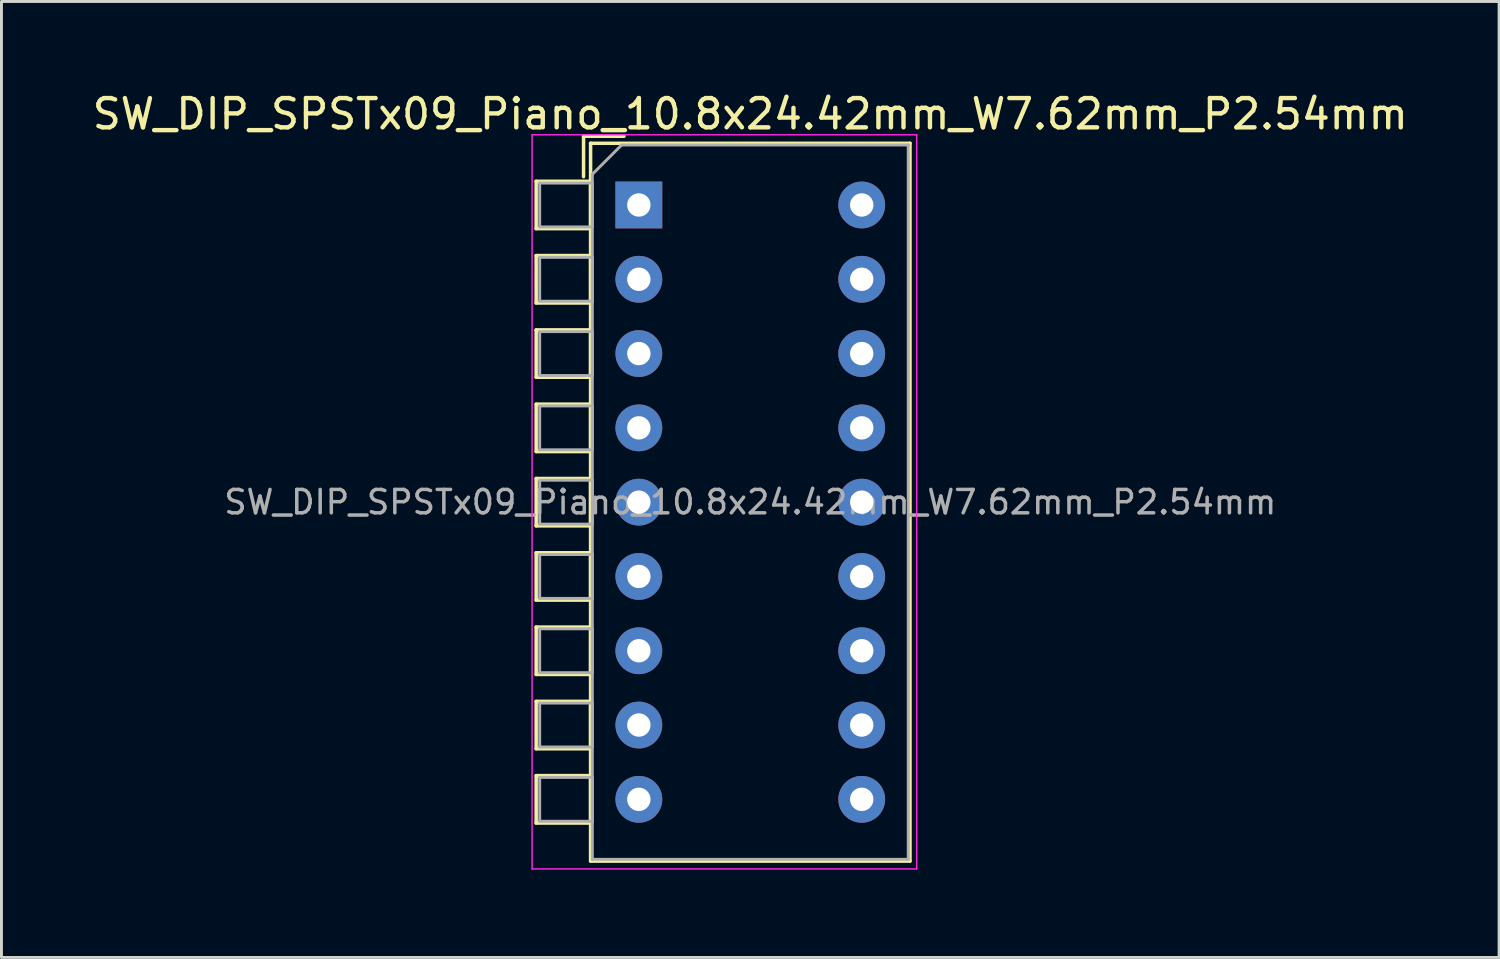
<source format=kicad_pcb>
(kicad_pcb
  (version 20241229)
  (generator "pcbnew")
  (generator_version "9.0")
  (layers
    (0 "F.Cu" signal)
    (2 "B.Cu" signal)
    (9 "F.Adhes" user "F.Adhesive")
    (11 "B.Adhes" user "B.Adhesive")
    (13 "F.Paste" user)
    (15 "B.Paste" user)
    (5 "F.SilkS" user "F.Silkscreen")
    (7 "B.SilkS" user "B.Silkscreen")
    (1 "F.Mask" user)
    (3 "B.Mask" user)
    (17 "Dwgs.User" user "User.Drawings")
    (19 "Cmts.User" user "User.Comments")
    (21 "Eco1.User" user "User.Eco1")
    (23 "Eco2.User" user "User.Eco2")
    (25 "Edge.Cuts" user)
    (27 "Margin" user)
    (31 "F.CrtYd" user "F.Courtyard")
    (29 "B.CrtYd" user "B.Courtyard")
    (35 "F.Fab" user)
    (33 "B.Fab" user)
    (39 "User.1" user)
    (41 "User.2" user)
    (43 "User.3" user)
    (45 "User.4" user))
  (footprint "SW_DIP_SPSTx09_Piano_10.8x24.42mm_W7.62mm_P2.54mm"
    (layer "F.Cu")
    (at 18.791 3.958)
    (property "Reference" "SW_DIP_SPSTx09_Piano_10.8x24.42mm_W7.62mm_P2.54mm" (at 3.81 -3.11 0) (layer "F.SilkS") (effects (font (size 1 1) (thickness 0.15))))
    (attr through_hole)
    (fp_line (start -3.51 -0.81) (end -3.51 0.81) (stroke (width 0.12) (type solid)) (layer "F.SilkS"))
    (fp_line (start -3.51 -0.81) (end -1.65 -0.81) (stroke (width 0.12) (type solid)) (layer "F.SilkS"))
    (fp_line (start -3.51 0.81) (end -1.65 0.81) (stroke (width 0.12) (type solid)) (layer "F.SilkS"))
    (fp_line (start -3.51 1.73) (end -3.51 3.35) (stroke (width 0.12) (type solid)) (layer "F.SilkS"))
    (fp_line (start -3.51 1.73) (end -1.65 1.73) (stroke (width 0.12) (type solid)) (layer "F.SilkS"))
    (fp_line (start -3.51 3.35) (end -1.65 3.35) (stroke (width 0.12) (type solid)) (layer "F.SilkS"))
    (fp_line (start -3.51 4.27) (end -3.51 5.89) (stroke (width 0.12) (type solid)) (layer "F.SilkS"))
    (fp_line (start -3.51 4.27) (end -1.65 4.27) (stroke (width 0.12) (type solid)) (layer "F.SilkS"))
    (fp_line (start -3.51 5.89) (end -1.65 5.89) (stroke (width 0.12) (type solid)) (layer "F.SilkS"))
    (fp_line (start -3.51 6.81) (end -3.51 8.43) (stroke (width 0.12) (type solid)) (layer "F.SilkS"))
    (fp_line (start -3.51 6.81) (end -1.65 6.81) (stroke (width 0.12) (type solid)) (layer "F.SilkS"))
    (fp_line (start -3.51 8.43) (end -1.65 8.43) (stroke (width 0.12) (type solid)) (layer "F.SilkS"))
    (fp_line (start -3.51 9.35) (end -3.51 10.97) (stroke (width 0.12) (type solid)) (layer "F.SilkS"))
    (fp_line (start -3.51 9.35) (end -1.65 9.35) (stroke (width 0.12) (type solid)) (layer "F.SilkS"))
    (fp_line (start -3.51 10.97) (end -1.65 10.97) (stroke (width 0.12) (type solid)) (layer "F.SilkS"))
    (fp_line (start -3.51 11.89) (end -3.51 13.51) (stroke (width 0.12) (type solid)) (layer "F.SilkS"))
    (fp_line (start -3.51 11.89) (end -1.65 11.89) (stroke (width 0.12) (type solid)) (layer "F.SilkS"))
    (fp_line (start -3.51 13.51) (end -1.65 13.51) (stroke (width 0.12) (type solid)) (layer "F.SilkS"))
    (fp_line (start -3.51 14.43) (end -3.51 16.05) (stroke (width 0.12) (type solid)) (layer "F.SilkS"))
    (fp_line (start -3.51 14.43) (end -1.65 14.43) (stroke (width 0.12) (type solid)) (layer "F.SilkS"))
    (fp_line (start -3.51 16.05) (end -1.65 16.05) (stroke (width 0.12) (type solid)) (layer "F.SilkS"))
    (fp_line (start -3.51 16.971) (end -3.51 18.591) (stroke (width 0.12) (type solid)) (layer "F.SilkS"))
    (fp_line (start -3.51 16.971) (end -1.65 16.971) (stroke (width 0.12) (type solid)) (layer "F.SilkS"))
    (fp_line (start -3.51 18.591) (end -1.65 18.591) (stroke (width 0.12) (type solid)) (layer "F.SilkS"))
    (fp_line (start -3.51 19.51) (end -3.51 21.131) (stroke (width 0.12) (type solid)) (layer "F.SilkS"))
    (fp_line (start -3.51 19.51) (end -1.65 19.51) (stroke (width 0.12) (type solid)) (layer "F.SilkS"))
    (fp_line (start -3.51 21.131) (end -1.65 21.131) (stroke (width 0.12) (type solid)) (layer "F.SilkS"))
    (fp_line (start -1.89 -2.35) (end -1.89 -0.967) (stroke (width 0.12) (type solid)) (layer "F.SilkS"))
    (fp_line (start -1.89 -2.35) (end -0.507 -2.35) (stroke (width 0.12) (type solid)) (layer "F.SilkS"))
    (fp_line (start -1.65 -2.11) (end -1.65 22.431) (stroke (width 0.12) (type solid)) (layer "F.SilkS"))
    (fp_line (start -1.65 -2.11) (end 9.27 -2.11) (stroke (width 0.12) (type solid)) (layer "F.SilkS"))
    (fp_line (start -1.65 -0.81) (end -1.65 0.81) (stroke (width 0.12) (type solid)) (layer "F.SilkS"))
    (fp_line (start -1.65 1.73) (end -1.65 3.35) (stroke (width 0.12) (type solid)) (layer "F.SilkS"))
    (fp_line (start -1.65 4.27) (end -1.65 5.89) (stroke (width 0.12) (type solid)) (layer "F.SilkS"))
    (fp_line (start -1.65 6.81) (end -1.65 8.43) (stroke (width 0.12) (type solid)) (layer "F.SilkS"))
    (fp_line (start -1.65 9.35) (end -1.65 10.97) (stroke (width 0.12) (type solid)) (layer "F.SilkS"))
    (fp_line (start -1.65 11.89) (end -1.65 13.51) (stroke (width 0.12) (type solid)) (layer "F.SilkS"))
    (fp_line (start -1.65 14.43) (end -1.65 16.05) (stroke (width 0.12) (type solid)) (layer "F.SilkS"))
    (fp_line (start -1.65 16.971) (end -1.65 18.591) (stroke (width 0.12) (type solid)) (layer "F.SilkS"))
    (fp_line (start -1.65 19.51) (end -1.65 21.131) (stroke (width 0.12) (type solid)) (layer "F.SilkS"))
    (fp_line (start -1.65 22.431) (end 9.27 22.431) (stroke (width 0.12) (type solid)) (layer "F.SilkS"))
    (fp_line (start 9.27 -2.11) (end 9.27 22.431) (stroke (width 0.12) (type solid)) (layer "F.SilkS"))
    (fp_line (start -3.65 -2.4) (end -3.65 22.7) (stroke (width 0.05) (type solid)) (layer "F.CrtYd"))
    (fp_line (start -3.65 22.7) (end 9.5 22.7) (stroke (width 0.05) (type solid)) (layer "F.CrtYd"))
    (fp_line (start 9.5 -2.4) (end -3.65 -2.4) (stroke (width 0.05) (type solid)) (layer "F.CrtYd"))
    (fp_line (start 9.5 22.7) (end 9.5 -2.4) (stroke (width 0.05) (type solid)) (layer "F.CrtYd"))
    (fp_line (start -3.39 -0.75) (end -1.59 -0.75) (stroke (width 0.1) (type solid)) (layer "F.Fab"))
    (fp_line (start -3.39 0.75) (end -3.39 -0.75) (stroke (width 0.1) (type solid)) (layer "F.Fab"))
    (fp_line (start -3.39 1.79) (end -1.59 1.79) (stroke (width 0.1) (type solid)) (layer "F.Fab"))
    (fp_line (start -3.39 3.29) (end -3.39 1.79) (stroke (width 0.1) (type solid)) (layer "F.Fab"))
    (fp_line (start -3.39 4.33) (end -1.59 4.33) (stroke (width 0.1) (type solid)) (layer "F.Fab"))
    (fp_line (start -3.39 5.83) (end -3.39 4.33) (stroke (width 0.1) (type solid)) (layer "F.Fab"))
    (fp_line (start -3.39 6.87) (end -1.59 6.87) (stroke (width 0.1) (type solid)) (layer "F.Fab"))
    (fp_line (start -3.39 8.37) (end -3.39 6.87) (stroke (width 0.1) (type solid)) (layer "F.Fab"))
    (fp_line (start -3.39 9.41) (end -1.59 9.41) (stroke (width 0.1) (type solid)) (layer "F.Fab"))
    (fp_line (start -3.39 10.91) (end -3.39 9.41) (stroke (width 0.1) (type solid)) (layer "F.Fab"))
    (fp_line (start -3.39 11.95) (end -1.59 11.95) (stroke (width 0.1) (type solid)) (layer "F.Fab"))
    (fp_line (start -3.39 13.45) (end -3.39 11.95) (stroke (width 0.1) (type solid)) (layer "F.Fab"))
    (fp_line (start -3.39 14.49) (end -1.59 14.49) (stroke (width 0.1) (type solid)) (layer "F.Fab"))
    (fp_line (start -3.39 15.99) (end -3.39 14.49) (stroke (width 0.1) (type solid)) (layer "F.Fab"))
    (fp_line (start -3.39 17.03) (end -1.59 17.03) (stroke (width 0.1) (type solid)) (layer "F.Fab"))
    (fp_line (start -3.39 18.53) (end -3.39 17.03) (stroke (width 0.1) (type solid)) (layer "F.Fab"))
    (fp_line (start -3.39 19.57) (end -1.59 19.57) (stroke (width 0.1) (type solid)) (layer "F.Fab"))
    (fp_line (start -3.39 21.07) (end -3.39 19.57) (stroke (width 0.1) (type solid)) (layer "F.Fab"))
    (fp_line (start -1.59 -1.05) (end -0.59 -2.05) (stroke (width 0.1) (type solid)) (layer "F.Fab"))
    (fp_line (start -1.59 -0.75) (end -1.59 0.75) (stroke (width 0.1) (type solid)) (layer "F.Fab"))
    (fp_line (start -1.59 0.75) (end -3.39 0.75) (stroke (width 0.1) (type solid)) (layer "F.Fab"))
    (fp_line (start -1.59 1.79) (end -1.59 3.29) (stroke (width 0.1) (type solid)) (layer "F.Fab"))
    (fp_line (start -1.59 3.29) (end -3.39 3.29) (stroke (width 0.1) (type solid)) (layer "F.Fab"))
    (fp_line (start -1.59 4.33) (end -1.59 5.83) (stroke (width 0.1) (type solid)) (layer "F.Fab"))
    (fp_line (start -1.59 5.83) (end -3.39 5.83) (stroke (width 0.1) (type solid)) (layer "F.Fab"))
    (fp_line (start -1.59 6.87) (end -1.59 8.37) (stroke (width 0.1) (type solid)) (layer "F.Fab"))
    (fp_line (start -1.59 8.37) (end -3.39 8.37) (stroke (width 0.1) (type solid)) (layer "F.Fab"))
    (fp_line (start -1.59 9.41) (end -1.59 10.91) (stroke (width 0.1) (type solid)) (layer "F.Fab"))
    (fp_line (start -1.59 10.91) (end -3.39 10.91) (stroke (width 0.1) (type solid)) (layer "F.Fab"))
    (fp_line (start -1.59 11.95) (end -1.59 13.45) (stroke (width 0.1) (type solid)) (layer "F.Fab"))
    (fp_line (start -1.59 13.45) (end -3.39 13.45) (stroke (width 0.1) (type solid)) (layer "F.Fab"))
    (fp_line (start -1.59 14.49) (end -1.59 15.99) (stroke (width 0.1) (type solid)) (layer "F.Fab"))
    (fp_line (start -1.59 15.99) (end -3.39 15.99) (stroke (width 0.1) (type solid)) (layer "F.Fab"))
    (fp_line (start -1.59 17.03) (end -1.59 18.53) (stroke (width 0.1) (type solid)) (layer "F.Fab"))
    (fp_line (start -1.59 18.53) (end -3.39 18.53) (stroke (width 0.1) (type solid)) (layer "F.Fab"))
    (fp_line (start -1.59 19.57) (end -1.59 21.07) (stroke (width 0.1) (type solid)) (layer "F.Fab"))
    (fp_line (start -1.59 21.07) (end -3.39 21.07) (stroke (width 0.1) (type solid)) (layer "F.Fab"))
    (fp_line (start -1.59 22.37) (end -1.59 -1.05) (stroke (width 0.1) (type solid)) (layer "F.Fab"))
    (fp_line (start -0.59 -2.05) (end 9.21 -2.05) (stroke (width 0.1) (type solid)) (layer "F.Fab"))
    (fp_line (start 9.21 -2.05) (end 9.21 22.37) (stroke (width 0.1) (type solid)) (layer "F.Fab"))
    (fp_line (start 9.21 22.37) (end -1.59 22.37) (stroke (width 0.1) (type solid)) (layer "F.Fab"))
    (fp_text user "${REFERENCE}" (at 3.81 10.16 0) (layer "F.Fab") (effects (font (size 0.8 0.8) (thickness 0.12))))
    (pad "1" thru_hole rect (at 0 0) (size 1.6 1.6) (drill 0.8) (layers "*.Cu" "*.Mask"))
    (pad "2" thru_hole oval (at 0 2.54) (size 1.6 1.6) (drill 0.8) (layers "*.Cu" "*.Mask"))
    (pad "3" thru_hole oval (at 0 5.08) (size 1.6 1.6) (drill 0.8) (layers "*.Cu" "*.Mask"))
    (pad "4" thru_hole oval (at 0 7.62) (size 1.6 1.6) (drill 0.8) (layers "*.Cu" "*.Mask"))
    (pad "5" thru_hole oval (at 0 10.16) (size 1.6 1.6) (drill 0.8) (layers "*.Cu" "*.Mask"))
    (pad "6" thru_hole oval (at 0 12.7) (size 1.6 1.6) (drill 0.8) (layers "*.Cu" "*.Mask"))
    (pad "7" thru_hole oval (at 0 15.24) (size 1.6 1.6) (drill 0.8) (layers "*.Cu" "*.Mask"))
    (pad "8" thru_hole oval (at 0 17.78) (size 1.6 1.6) (drill 0.8) (layers "*.Cu" "*.Mask"))
    (pad "9" thru_hole oval (at 0 20.32) (size 1.6 1.6) (drill 0.8) (layers "*.Cu" "*.Mask"))
    (pad "10" thru_hole oval (at 7.62 20.32) (size 1.6 1.6) (drill 0.8) (layers "*.Cu" "*.Mask"))
    (pad "11" thru_hole oval (at 7.62 17.78) (size 1.6 1.6) (drill 0.8) (layers "*.Cu" "*.Mask"))
    (pad "12" thru_hole oval (at 7.62 15.24) (size 1.6 1.6) (drill 0.8) (layers "*.Cu" "*.Mask"))
    (pad "13" thru_hole oval (at 7.62 12.7) (size 1.6 1.6) (drill 0.8) (layers "*.Cu" "*.Mask"))
    (pad "14" thru_hole oval (at 7.62 10.16) (size 1.6 1.6) (drill 0.8) (layers "*.Cu" "*.Mask"))
    (pad "15" thru_hole oval (at 7.62 7.62) (size 1.6 1.6) (drill 0.8) (layers "*.Cu" "*.Mask"))
    (pad "16" thru_hole oval (at 7.62 5.08) (size 1.6 1.6) (drill 0.8) (layers "*.Cu" "*.Mask"))
    (pad "17" thru_hole oval (at 7.62 2.54) (size 1.6 1.6) (drill 0.8) (layers "*.Cu" "*.Mask"))
    (pad "18" thru_hole oval (at 7.62 0) (size 1.6 1.6) (drill 0.8) (layers "*.Cu" "*.Mask")))
  (gr_rect
    (start -3 -3)
    (end 48.202 29.683)
    (stroke (width 0.1) (type default))
    (fill no)
    (layer "Edge.Cuts")))
</source>
